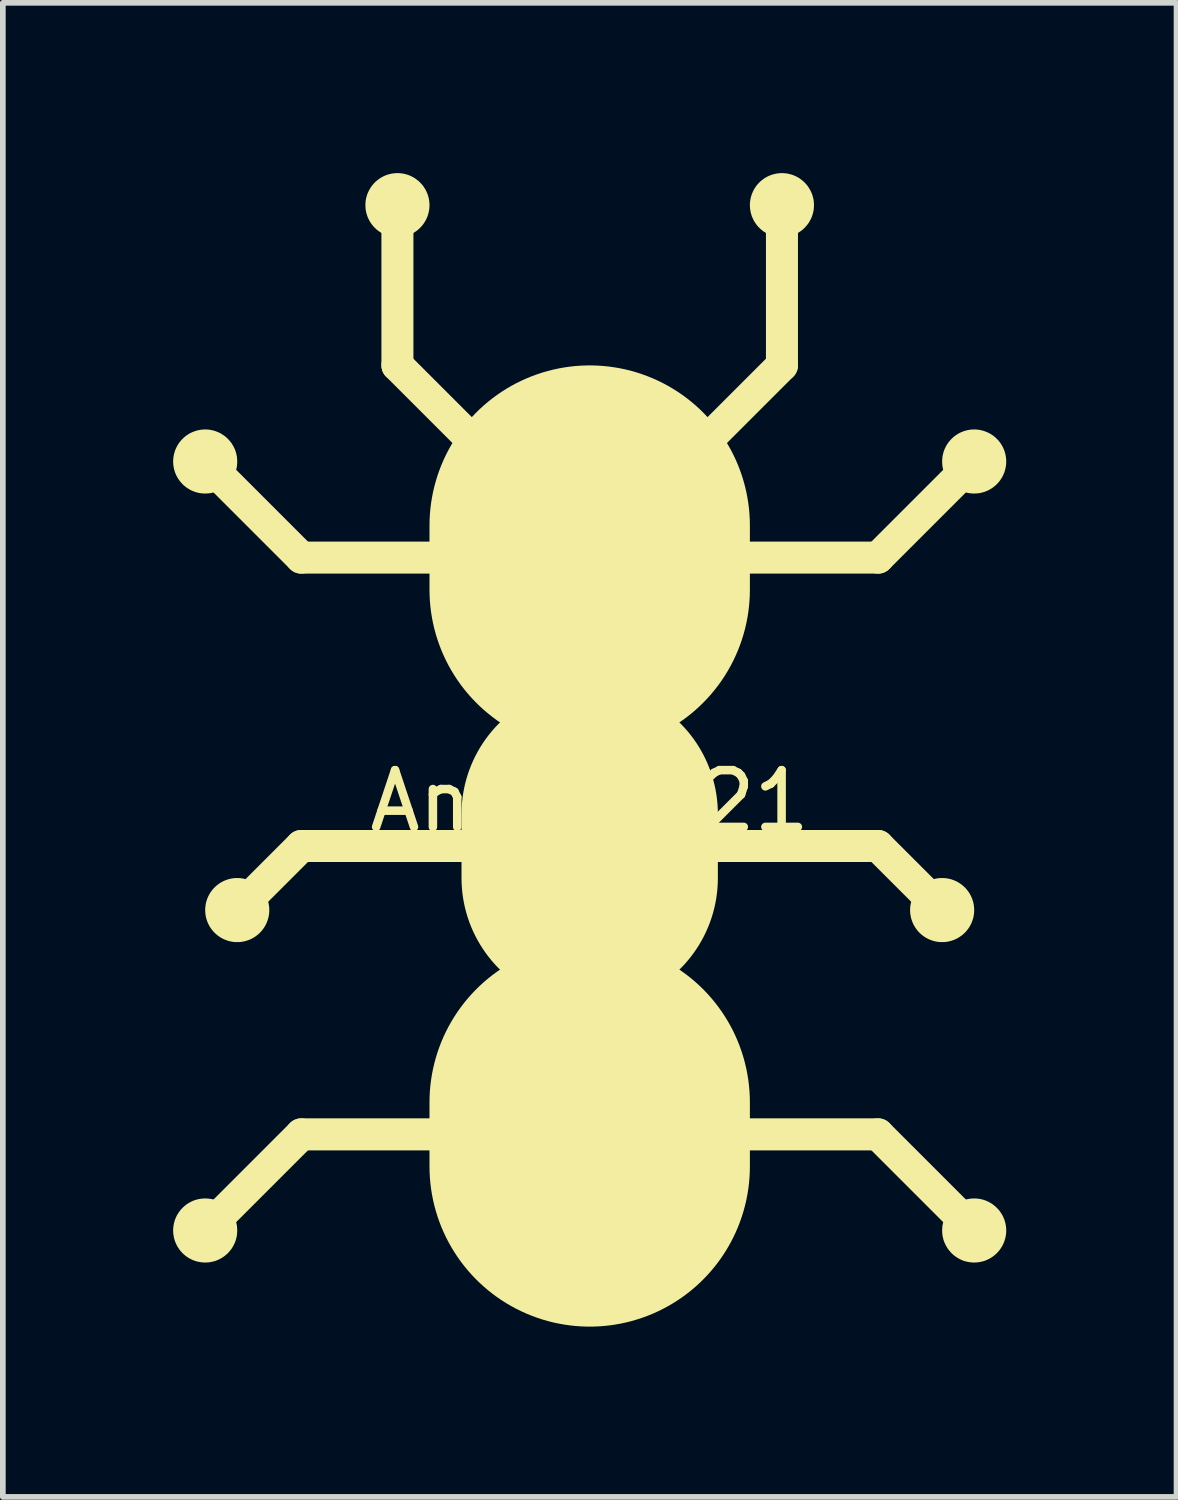
<source format=kicad_pcb>
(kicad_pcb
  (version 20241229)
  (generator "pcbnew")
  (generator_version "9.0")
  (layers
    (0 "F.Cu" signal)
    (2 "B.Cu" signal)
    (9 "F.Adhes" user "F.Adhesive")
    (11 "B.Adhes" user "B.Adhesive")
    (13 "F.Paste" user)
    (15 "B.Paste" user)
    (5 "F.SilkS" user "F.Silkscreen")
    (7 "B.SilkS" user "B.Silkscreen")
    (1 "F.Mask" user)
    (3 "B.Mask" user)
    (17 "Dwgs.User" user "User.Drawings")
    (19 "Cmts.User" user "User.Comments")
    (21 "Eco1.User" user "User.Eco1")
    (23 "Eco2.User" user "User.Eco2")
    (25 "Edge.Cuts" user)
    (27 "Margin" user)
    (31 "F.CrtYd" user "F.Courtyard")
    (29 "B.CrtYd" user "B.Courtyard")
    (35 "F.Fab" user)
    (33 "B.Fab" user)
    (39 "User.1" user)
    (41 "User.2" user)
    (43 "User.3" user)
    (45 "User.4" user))
  (footprint "Ant_15x21"
    (layer "F.Cu")
    (at 7.338 11.562)
    (property "Reference" "Ant_15x21" (at 0 -0.5 0) (unlocked yes) (layer "F.SilkS") (effects (font (size 1 1) (thickness 0.15))))
    (fp_line (start -6.773 -6.482) (end -5.08 -4.789) (stroke (width 0.564) (type solid)) (layer "F.SilkS"))
    (fp_line (start -6.773 7.064) (end -5.08 5.371) (stroke (width 0.564) (type solid)) (layer "F.SilkS"))
    (fp_line (start -6.209 1.42) (end -5.08 0.291) (stroke (width 0.564) (type solid)) (layer "F.SilkS"))
    (fp_line (start -5.08 -4.789) (end 0 -4.789) (stroke (width 0.564) (type solid)) (layer "F.SilkS"))
    (fp_line (start -5.08 0.291) (end 0 0.291) (stroke (width 0.564) (type solid)) (layer "F.SilkS"))
    (fp_line (start -5.08 5.371) (end 5.08 5.371) (stroke (width 0.564) (type solid)) (layer "F.SilkS"))
    (fp_line (start -3.387 -10.998) (end -3.387 -8.176) (stroke (width 0.564) (type solid)) (layer "F.SilkS"))
    (fp_line (start -3.387 -8.176) (end -1.411 -6.2) (stroke (width 0.564) (type solid)) (layer "F.SilkS"))
    (fp_line (start -1.411 -6.2) (end -1.129 -5.918) (stroke (width 0.564) (type solid)) (layer "F.SilkS"))
    (fp_line (start -1.129 -5.918) (end 0 -4.789) (stroke (width 0.564) (type solid)) (layer "F.SilkS"))
    (fp_line (start 0 -4.224) (end 0 -5.353) (stroke (width 5.644) (type solid)) (layer "F.SilkS"))
    (fp_line (start 0 0.856) (end 0 -0.273) (stroke (width 4.516) (type solid)) (layer "F.SilkS"))
    (fp_line (start 0 5.936) (end 0 4.807) (stroke (width 5.644) (type solid)) (layer "F.SilkS"))
    (fp_line (start 1.129 -5.918) (end 0 -4.789) (stroke (width 0.564) (type solid)) (layer "F.SilkS"))
    (fp_line (start 1.411 -6.2) (end 1.129 -5.918) (stroke (width 0.564) (type solid)) (layer "F.SilkS"))
    (fp_line (start 3.387 -10.998) (end 3.387 -8.176) (stroke (width 0.564) (type solid)) (layer "F.SilkS"))
    (fp_line (start 3.387 -8.176) (end 1.411 -6.2) (stroke (width 0.564) (type solid)) (layer "F.SilkS"))
    (fp_line (start 5.08 -4.789) (end 0 -4.789) (stroke (width 0.564) (type solid)) (layer "F.SilkS"))
    (fp_line (start 5.08 0.291) (end 0 0.291) (stroke (width 0.564) (type solid)) (layer "F.SilkS"))
    (fp_line (start 5.08 5.371) (end 6.773 7.064) (stroke (width 0.564) (type solid)) (layer "F.SilkS"))
    (fp_line (start 6.209 1.42) (end 5.08 0.291) (stroke (width 0.564) (type solid)) (layer "F.SilkS"))
    (fp_line (start 6.773 -6.482) (end 5.08 -4.789) (stroke (width 0.564) (type solid)) (layer "F.SilkS"))
    (fp_poly (pts (xy -6.773 -7.047) (xy -6.744 -7.046) (xy -6.716 -7.044) (xy -6.687 -7.04) (xy -6.66 -7.035) (xy -6.632 -7.029) (xy -6.605 -7.021) (xy -6.579 -7.012) (xy -6.554 -7.002) (xy -6.529 -6.991) (xy -6.504 -6.979) (xy -6.481 -6.965) (xy -6.458 -6.95) (xy -6.436 -6.935) (xy -6.414 -6.918) (xy -6.394 -6.9) (xy -6.374 -6.881) (xy -6.356 -6.862) (xy -6.338 -6.841) (xy -6.321 -6.82) (xy -6.305 -6.798) (xy -6.291 -6.775) (xy -6.277 -6.751) (xy -6.265 -6.727) (xy -6.253 -6.702) (xy -6.243 -6.676) (xy -6.234 -6.65) (xy -6.227 -6.623) (xy -6.22 -6.596) (xy -6.215 -6.568) (xy -6.212 -6.54) (xy -6.21 -6.511) (xy -6.209 -6.482) (xy -6.21 -6.453) (xy -6.212 -6.425) (xy -6.215 -6.396) (xy -6.22 -6.368) (xy -6.227 -6.341) (xy -6.234 -6.314) (xy -6.243 -6.288) (xy -6.253 -6.263) (xy -6.265 -6.238) (xy -6.277 -6.213) (xy -6.291 -6.19) (xy -6.305 -6.167) (xy -6.321 -6.145) (xy -6.338 -6.123) (xy -6.356 -6.103) (xy -6.374 -6.083) (xy -6.394 -6.064) (xy -6.414 -6.047) (xy -6.436 -6.03) (xy -6.458 -6.014) (xy -6.481 -6) (xy -6.504 -5.986) (xy -6.529 -5.973) (xy -6.554 -5.962) (xy -6.579 -5.952) (xy -6.605 -5.943) (xy -6.632 -5.936) (xy -6.66 -5.929) (xy -6.687 -5.924) (xy -6.716 -5.921) (xy -6.744 -5.919) (xy -6.773 -5.918) (xy -6.802 -5.919) (xy -6.831 -5.921) (xy -6.859 -5.924) (xy -6.887 -5.929) (xy -6.914 -5.936) (xy -6.941 -5.943) (xy -6.967 -5.952) (xy -6.993 -5.962) (xy -7.018 -5.973) (xy -7.042 -5.986) (xy -7.066 -6) (xy -7.089 -6.014) (xy -7.111 -6.03) (xy -7.132 -6.047) (xy -7.153 -6.064) (xy -7.172 -6.083) (xy -7.191 -6.103) (xy -7.209 -6.123) (xy -7.226 -6.145) (xy -7.241 -6.167) (xy -7.256 -6.19) (xy -7.27 -6.213) (xy -7.282 -6.238) (xy -7.293 -6.263) (xy -7.304 -6.288) (xy -7.312 -6.314) (xy -7.32 -6.341) (xy -7.326 -6.368) (xy -7.331 -6.396) (xy -7.335 -6.425) (xy -7.337 -6.453) (xy -7.338 -6.482) (xy -7.337 -6.511) (xy -7.335 -6.54) (xy -7.331 -6.568) (xy -7.326 -6.596) (xy -7.32 -6.623) (xy -7.312 -6.65) (xy -7.304 -6.676) (xy -7.293 -6.702) (xy -7.282 -6.727) (xy -7.27 -6.751) (xy -7.256 -6.775) (xy -7.241 -6.798) (xy -7.226 -6.82) (xy -7.209 -6.841) (xy -7.191 -6.862) (xy -7.172 -6.881) (xy -7.153 -6.9) (xy -7.132 -6.918) (xy -7.111 -6.935) (xy -7.089 -6.95) (xy -7.066 -6.965) (xy -7.042 -6.979) (xy -7.018 -6.991) (xy -6.993 -7.002) (xy -6.967 -7.012) (xy -6.941 -7.021) (xy -6.914 -7.029) (xy -6.887 -7.035) (xy -6.859 -7.04) (xy -6.831 -7.044) (xy -6.802 -7.046) (xy -6.773 -7.047)) (stroke (width 0.000001) (type solid)) (fill yes) (layer "F.SilkS"))
    (fp_poly (pts (xy -6.773 -6.708) (xy -6.762 -6.708) (xy -6.75 -6.707) (xy -6.739 -6.705) (xy -6.728 -6.703) (xy -6.717 -6.701) (xy -6.706 -6.698) (xy -6.696 -6.694) (xy -6.685 -6.69) (xy -6.675 -6.686) (xy -6.666 -6.681) (xy -6.656 -6.675) (xy -6.647 -6.669) (xy -6.638 -6.663) (xy -6.63 -6.656) (xy -6.622 -6.649) (xy -6.614 -6.642) (xy -6.606 -6.634) (xy -6.599 -6.626) (xy -6.592 -6.617) (xy -6.586 -6.608) (xy -6.58 -6.599) (xy -6.575 -6.59) (xy -6.57 -6.58) (xy -6.565 -6.57) (xy -6.561 -6.56) (xy -6.558 -6.549) (xy -6.555 -6.539) (xy -6.552 -6.528) (xy -6.55 -6.517) (xy -6.549 -6.505) (xy -6.548 -6.494) (xy -6.548 -6.482) (xy -6.548 -6.471) (xy -6.549 -6.459) (xy -6.55 -6.448) (xy -6.552 -6.437) (xy -6.555 -6.426) (xy -6.558 -6.415) (xy -6.561 -6.405) (xy -6.565 -6.394) (xy -6.57 -6.384) (xy -6.575 -6.375) (xy -6.58 -6.365) (xy -6.586 -6.356) (xy -6.592 -6.347) (xy -6.599 -6.339) (xy -6.606 -6.33) (xy -6.614 -6.323) (xy -6.622 -6.315) (xy -6.63 -6.308) (xy -6.638 -6.301) (xy -6.647 -6.295) (xy -6.656 -6.289) (xy -6.666 -6.284) (xy -6.675 -6.279) (xy -6.685 -6.274) (xy -6.696 -6.27) (xy -6.706 -6.267) (xy -6.717 -6.264) (xy -6.728 -6.261) (xy -6.739 -6.259) (xy -6.75 -6.258) (xy -6.762 -6.257) (xy -6.773 -6.256) (xy -6.785 -6.257) (xy -6.796 -6.258) (xy -6.808 -6.259) (xy -6.819 -6.261) (xy -6.83 -6.264) (xy -6.84 -6.267) (xy -6.851 -6.27) (xy -6.861 -6.274) (xy -6.871 -6.279) (xy -6.881 -6.284) (xy -6.89 -6.289) (xy -6.9 -6.295) (xy -6.908 -6.301) (xy -6.917 -6.308) (xy -6.925 -6.315) (xy -6.933 -6.323) (xy -6.94 -6.33) (xy -6.948 -6.339) (xy -6.954 -6.347) (xy -6.961 -6.356) (xy -6.966 -6.365) (xy -6.972 -6.375) (xy -6.977 -6.384) (xy -6.981 -6.394) (xy -6.985 -6.405) (xy -6.989 -6.415) (xy -6.992 -6.426) (xy -6.995 -6.437) (xy -6.997 -6.448) (xy -6.998 -6.459) (xy -6.999 -6.471) (xy -6.999 -6.482) (xy -6.999 -6.494) (xy -6.998 -6.505) (xy -6.997 -6.517) (xy -6.995 -6.528) (xy -6.992 -6.539) (xy -6.989 -6.549) (xy -6.985 -6.56) (xy -6.981 -6.57) (xy -6.977 -6.58) (xy -6.972 -6.59) (xy -6.966 -6.599) (xy -6.961 -6.608) (xy -6.954 -6.617) (xy -6.948 -6.626) (xy -6.94 -6.634) (xy -6.933 -6.642) (xy -6.925 -6.649) (xy -6.917 -6.656) (xy -6.908 -6.663) (xy -6.9 -6.669) (xy -6.89 -6.675) (xy -6.881 -6.681) (xy -6.871 -6.686) (xy -6.861 -6.69) (xy -6.851 -6.694) (xy -6.84 -6.698) (xy -6.83 -6.701) (xy -6.819 -6.703) (xy -6.808 -6.705) (xy -6.796 -6.707) (xy -6.785 -6.708) (xy -6.773 -6.708)) (stroke (width 0.000001) (type solid)) (fill yes) (layer "F.SilkS"))
    (fp_poly (pts (xy -6.773 6.5) (xy -6.744 6.501) (xy -6.716 6.503) (xy -6.687 6.507) (xy -6.66 6.511) (xy -6.632 6.518) (xy -6.605 6.525) (xy -6.579 6.534) (xy -6.554 6.544) (xy -6.529 6.556) (xy -6.504 6.568) (xy -6.481 6.582) (xy -6.458 6.596) (xy -6.436 6.612) (xy -6.414 6.629) (xy -6.394 6.647) (xy -6.374 6.665) (xy -6.356 6.685) (xy -6.338 6.705) (xy -6.321 6.727) (xy -6.305 6.749) (xy -6.291 6.772) (xy -6.277 6.795) (xy -6.265 6.82) (xy -6.253 6.845) (xy -6.243 6.87) (xy -6.234 6.897) (xy -6.227 6.923) (xy -6.22 6.951) (xy -6.215 6.978) (xy -6.212 7.007) (xy -6.21 7.035) (xy -6.209 7.064) (xy -6.21 7.093) (xy -6.212 7.122) (xy -6.215 7.15) (xy -6.22 7.178) (xy -6.227 7.206) (xy -6.234 7.232) (xy -6.243 7.259) (xy -6.253 7.284) (xy -6.265 7.309) (xy -6.277 7.333) (xy -6.291 7.357) (xy -6.305 7.38) (xy -6.321 7.402) (xy -6.338 7.423) (xy -6.356 7.444) (xy -6.374 7.464) (xy -6.394 7.482) (xy -6.414 7.5) (xy -6.436 7.517) (xy -6.458 7.532) (xy -6.481 7.547) (xy -6.504 7.561) (xy -6.529 7.573) (xy -6.554 7.585) (xy -6.579 7.595) (xy -6.605 7.604) (xy -6.632 7.611) (xy -6.66 7.617) (xy -6.687 7.622) (xy -6.716 7.626) (xy -6.744 7.628) (xy -6.773 7.629) (xy -6.802 7.628) (xy -6.831 7.626) (xy -6.859 7.622) (xy -6.887 7.617) (xy -6.914 7.611) (xy -6.941 7.604) (xy -6.967 7.595) (xy -6.993 7.585) (xy -7.018 7.573) (xy -7.042 7.561) (xy -7.066 7.547) (xy -7.089 7.532) (xy -7.111 7.517) (xy -7.132 7.5) (xy -7.153 7.482) (xy -7.172 7.464) (xy -7.191 7.444) (xy -7.209 7.423) (xy -7.226 7.402) (xy -7.241 7.38) (xy -7.256 7.357) (xy -7.27 7.333) (xy -7.282 7.309) (xy -7.293 7.284) (xy -7.304 7.259) (xy -7.312 7.232) (xy -7.32 7.206) (xy -7.326 7.178) (xy -7.331 7.15) (xy -7.335 7.122) (xy -7.337 7.093) (xy -7.338 7.064) (xy -7.337 7.035) (xy -7.335 7.007) (xy -7.331 6.978) (xy -7.326 6.951) (xy -7.32 6.923) (xy -7.312 6.897) (xy -7.304 6.87) (xy -7.293 6.845) (xy -7.282 6.82) (xy -7.27 6.795) (xy -7.256 6.772) (xy -7.241 6.749) (xy -7.226 6.727) (xy -7.209 6.705) (xy -7.191 6.685) (xy -7.172 6.665) (xy -7.153 6.647) (xy -7.132 6.629) (xy -7.111 6.612) (xy -7.089 6.596) (xy -7.066 6.582) (xy -7.042 6.568) (xy -7.018 6.556) (xy -6.993 6.544) (xy -6.967 6.534) (xy -6.941 6.525) (xy -6.914 6.518) (xy -6.887 6.511) (xy -6.859 6.507) (xy -6.831 6.503) (xy -6.802 6.501) (xy -6.773 6.5)) (stroke (width 0.000001) (type solid)) (fill yes) (layer "F.SilkS"))
    (fp_poly (pts (xy -6.773 6.839) (xy -6.762 6.839) (xy -6.75 6.84) (xy -6.739 6.841) (xy -6.728 6.843) (xy -6.717 6.846) (xy -6.706 6.849) (xy -6.696 6.852) (xy -6.685 6.856) (xy -6.675 6.861) (xy -6.666 6.866) (xy -6.656 6.871) (xy -6.647 6.877) (xy -6.638 6.884) (xy -6.63 6.89) (xy -6.622 6.897) (xy -6.614 6.905) (xy -6.606 6.913) (xy -6.599 6.921) (xy -6.592 6.929) (xy -6.586 6.938) (xy -6.58 6.947) (xy -6.575 6.957) (xy -6.57 6.967) (xy -6.565 6.977) (xy -6.561 6.987) (xy -6.558 6.997) (xy -6.555 7.008) (xy -6.552 7.019) (xy -6.55 7.03) (xy -6.549 7.041) (xy -6.548 7.053) (xy -6.548 7.064) (xy -6.548 7.076) (xy -6.549 7.088) (xy -6.55 7.099) (xy -6.552 7.11) (xy -6.555 7.121) (xy -6.558 7.132) (xy -6.561 7.142) (xy -6.565 7.152) (xy -6.57 7.162) (xy -6.575 7.172) (xy -6.58 7.182) (xy -6.586 7.191) (xy -6.592 7.2) (xy -6.599 7.208) (xy -6.606 7.216) (xy -6.614 7.224) (xy -6.622 7.232) (xy -6.63 7.239) (xy -6.638 7.245) (xy -6.647 7.252) (xy -6.656 7.258) (xy -6.666 7.263) (xy -6.675 7.268) (xy -6.685 7.272) (xy -6.696 7.277) (xy -6.706 7.28) (xy -6.717 7.283) (xy -6.728 7.286) (xy -6.739 7.288) (xy -6.75 7.289) (xy -6.762 7.29) (xy -6.773 7.29) (xy -6.785 7.29) (xy -6.796 7.289) (xy -6.808 7.288) (xy -6.819 7.286) (xy -6.83 7.283) (xy -6.84 7.28) (xy -6.851 7.277) (xy -6.861 7.272) (xy -6.871 7.268) (xy -6.881 7.263) (xy -6.89 7.258) (xy -6.9 7.252) (xy -6.908 7.245) (xy -6.917 7.239) (xy -6.925 7.232) (xy -6.933 7.224) (xy -6.94 7.216) (xy -6.948 7.208) (xy -6.954 7.2) (xy -6.961 7.191) (xy -6.966 7.182) (xy -6.972 7.172) (xy -6.977 7.162) (xy -6.981 7.152) (xy -6.985 7.142) (xy -6.989 7.132) (xy -6.992 7.121) (xy -6.995 7.11) (xy -6.997 7.099) (xy -6.998 7.088) (xy -6.999 7.076) (xy -6.999 7.064) (xy -6.999 7.053) (xy -6.998 7.041) (xy -6.997 7.03) (xy -6.995 7.019) (xy -6.992 7.008) (xy -6.989 6.997) (xy -6.985 6.987) (xy -6.981 6.977) (xy -6.977 6.967) (xy -6.972 6.957) (xy -6.966 6.947) (xy -6.961 6.938) (xy -6.954 6.929) (xy -6.948 6.921) (xy -6.94 6.913) (xy -6.933 6.905) (xy -6.925 6.897) (xy -6.917 6.89) (xy -6.908 6.884) (xy -6.9 6.877) (xy -6.89 6.871) (xy -6.881 6.866) (xy -6.871 6.861) (xy -6.861 6.856) (xy -6.851 6.852) (xy -6.84 6.849) (xy -6.83 6.846) (xy -6.819 6.843) (xy -6.808 6.841) (xy -6.796 6.84) (xy -6.785 6.839) (xy -6.773 6.839)) (stroke (width 0.000001) (type solid)) (fill yes) (layer "F.SilkS"))
    (fp_poly (pts (xy -6.209 0.856) (xy -6.18 0.856) (xy -6.151 0.858) (xy -6.123 0.862) (xy -6.095 0.867) (xy -6.068 0.873) (xy -6.041 0.881) (xy -6.015 0.89) (xy -5.989 0.9) (xy -5.964 0.911) (xy -5.94 0.924) (xy -5.916 0.937) (xy -5.893 0.952) (xy -5.871 0.968) (xy -5.85 0.984) (xy -5.829 1.002) (xy -5.81 1.021) (xy -5.791 1.04) (xy -5.773 1.061) (xy -5.757 1.082) (xy -5.741 1.104) (xy -5.726 1.127) (xy -5.713 1.151) (xy -5.7 1.175) (xy -5.689 1.2) (xy -5.679 1.226) (xy -5.67 1.252) (xy -5.662 1.279) (xy -5.656 1.306) (xy -5.651 1.334) (xy -5.647 1.362) (xy -5.645 1.391) (xy -5.644 1.42) (xy -5.645 1.449) (xy -5.647 1.478) (xy -5.651 1.506) (xy -5.656 1.534) (xy -5.662 1.561) (xy -5.67 1.588) (xy -5.679 1.614) (xy -5.689 1.64) (xy -5.7 1.665) (xy -5.713 1.689) (xy -5.726 1.713) (xy -5.741 1.736) (xy -5.757 1.758) (xy -5.773 1.779) (xy -5.791 1.8) (xy -5.81 1.819) (xy -5.829 1.838) (xy -5.85 1.856) (xy -5.871 1.872) (xy -5.893 1.888) (xy -5.916 1.903) (xy -5.94 1.916) (xy -5.964 1.929) (xy -5.989 1.94) (xy -6.015 1.95) (xy -6.041 1.959) (xy -6.068 1.967) (xy -6.095 1.973) (xy -6.123 1.978) (xy -6.151 1.982) (xy -6.18 1.984) (xy -6.209 1.984) (xy -6.238 1.984) (xy -6.267 1.982) (xy -6.295 1.978) (xy -6.323 1.973) (xy -6.35 1.967) (xy -6.377 1.959) (xy -6.403 1.95) (xy -6.429 1.94) (xy -6.454 1.929) (xy -6.478 1.916) (xy -6.502 1.903) (xy -6.524 1.888) (xy -6.547 1.872) (xy -6.568 1.856) (xy -6.588 1.838) (xy -6.608 1.819) (xy -6.627 1.8) (xy -6.644 1.779) (xy -6.661 1.758) (xy -6.677 1.736) (xy -6.692 1.713) (xy -6.705 1.689) (xy -6.718 1.665) (xy -6.729 1.64) (xy -6.739 1.614) (xy -6.748 1.588) (xy -6.756 1.561) (xy -6.762 1.534) (xy -6.767 1.506) (xy -6.77 1.478) (xy -6.773 1.449) (xy -6.773 1.42) (xy -6.773 1.391) (xy -6.77 1.362) (xy -6.767 1.334) (xy -6.762 1.306) (xy -6.756 1.279) (xy -6.748 1.252) (xy -6.739 1.226) (xy -6.729 1.2) (xy -6.718 1.175) (xy -6.705 1.151) (xy -6.692 1.127) (xy -6.677 1.104) (xy -6.661 1.082) (xy -6.644 1.061) (xy -6.627 1.04) (xy -6.608 1.021) (xy -6.588 1.002) (xy -6.568 0.984) (xy -6.547 0.968) (xy -6.524 0.952) (xy -6.502 0.937) (xy -6.478 0.924) (xy -6.454 0.911) (xy -6.429 0.9) (xy -6.403 0.89) (xy -6.377 0.881) (xy -6.35 0.873) (xy -6.323 0.867) (xy -6.295 0.862) (xy -6.267 0.858) (xy -6.238 0.856) (xy -6.209 0.856)) (stroke (width 0.000001) (type solid)) (fill yes) (layer "F.SilkS"))
    (fp_poly (pts (xy -6.209 1.194) (xy -6.197 1.195) (xy -6.186 1.195) (xy -6.175 1.197) (xy -6.163 1.199) (xy -6.152 1.201) (xy -6.142 1.204) (xy -6.131 1.208) (xy -6.121 1.212) (xy -6.111 1.216) (xy -6.101 1.221) (xy -6.092 1.227) (xy -6.083 1.233) (xy -6.074 1.239) (xy -6.065 1.246) (xy -6.057 1.253) (xy -6.049 1.26) (xy -6.042 1.268) (xy -6.035 1.276) (xy -6.028 1.285) (xy -6.022 1.294) (xy -6.016 1.303) (xy -6.01 1.312) (xy -6.005 1.322) (xy -6.001 1.332) (xy -5.997 1.342) (xy -5.993 1.353) (xy -5.99 1.364) (xy -5.988 1.374) (xy -5.986 1.386) (xy -5.984 1.397) (xy -5.983 1.408) (xy -5.983 1.42) (xy -5.983 1.432) (xy -5.984 1.443) (xy -5.986 1.454) (xy -5.988 1.466) (xy -5.99 1.476) (xy -5.993 1.487) (xy -5.997 1.498) (xy -6.001 1.508) (xy -6.005 1.518) (xy -6.01 1.528) (xy -6.016 1.537) (xy -6.022 1.546) (xy -6.028 1.555) (xy -6.035 1.564) (xy -6.042 1.572) (xy -6.049 1.58) (xy -6.057 1.587) (xy -6.065 1.594) (xy -6.074 1.601) (xy -6.083 1.607) (xy -6.092 1.613) (xy -6.101 1.619) (xy -6.111 1.624) (xy -6.121 1.628) (xy -6.131 1.632) (xy -6.142 1.636) (xy -6.152 1.639) (xy -6.163 1.641) (xy -6.175 1.643) (xy -6.186 1.645) (xy -6.197 1.645) (xy -6.209 1.646) (xy -6.221 1.645) (xy -6.232 1.645) (xy -6.243 1.643) (xy -6.254 1.641) (xy -6.265 1.639) (xy -6.276 1.636) (xy -6.287 1.632) (xy -6.297 1.628) (xy -6.307 1.624) (xy -6.317 1.619) (xy -6.326 1.613) (xy -6.335 1.607) (xy -6.344 1.601) (xy -6.353 1.594) (xy -6.361 1.587) (xy -6.369 1.58) (xy -6.376 1.572) (xy -6.383 1.564) (xy -6.39 1.555) (xy -6.396 1.546) (xy -6.402 1.537) (xy -6.407 1.528) (xy -6.412 1.518) (xy -6.417 1.508) (xy -6.421 1.498) (xy -6.425 1.487) (xy -6.428 1.476) (xy -6.43 1.466) (xy -6.432 1.454) (xy -6.434 1.443) (xy -6.434 1.432) (xy -6.435 1.42) (xy -6.434 1.408) (xy -6.434 1.397) (xy -6.432 1.386) (xy -6.43 1.374) (xy -6.428 1.364) (xy -6.425 1.353) (xy -6.421 1.342) (xy -6.417 1.332) (xy -6.412 1.322) (xy -6.407 1.312) (xy -6.402 1.303) (xy -6.396 1.294) (xy -6.39 1.285) (xy -6.383 1.276) (xy -6.376 1.268) (xy -6.369 1.26) (xy -6.361 1.253) (xy -6.353 1.246) (xy -6.344 1.239) (xy -6.335 1.233) (xy -6.326 1.227) (xy -6.317 1.221) (xy -6.307 1.216) (xy -6.297 1.212) (xy -6.287 1.208) (xy -6.276 1.204) (xy -6.265 1.201) (xy -6.254 1.199) (xy -6.243 1.197) (xy -6.232 1.195) (xy -6.221 1.195) (xy -6.209 1.194)) (stroke (width 0.000001) (type solid)) (fill yes) (layer "F.SilkS"))
    (fp_poly (pts (xy -3.387 -11.562) (xy -3.358 -11.562) (xy -3.329 -11.559) (xy -3.301 -11.556) (xy -3.273 -11.551) (xy -3.246 -11.544) (xy -3.219 -11.537) (xy -3.193 -11.528) (xy -3.167 -11.518) (xy -3.142 -11.507) (xy -3.118 -11.494) (xy -3.094 -11.481) (xy -3.071 -11.466) (xy -3.049 -11.45) (xy -3.028 -11.433) (xy -3.007 -11.416) (xy -2.988 -11.397) (xy -2.969 -11.377) (xy -2.951 -11.357) (xy -2.934 -11.336) (xy -2.919 -11.313) (xy -2.904 -11.29) (xy -2.89 -11.267) (xy -2.878 -11.243) (xy -2.867 -11.217) (xy -2.856 -11.192) (xy -2.848 -11.166) (xy -2.84 -11.139) (xy -2.834 -11.112) (xy -2.829 -11.084) (xy -2.825 -11.056) (xy -2.823 -11.027) (xy -2.822 -10.998) (xy -2.823 -10.969) (xy -2.825 -10.94) (xy -2.829 -10.912) (xy -2.834 -10.884) (xy -2.84 -10.857) (xy -2.848 -10.83) (xy -2.856 -10.804) (xy -2.867 -10.778) (xy -2.878 -10.753) (xy -2.89 -10.729) (xy -2.904 -10.705) (xy -2.919 -10.682) (xy -2.934 -10.66) (xy -2.951 -10.639) (xy -2.969 -10.618) (xy -2.988 -10.599) (xy -3.007 -10.58) (xy -3.028 -10.562) (xy -3.049 -10.545) (xy -3.071 -10.53) (xy -3.094 -10.515) (xy -3.118 -10.501) (xy -3.142 -10.489) (xy -3.167 -10.478) (xy -3.193 -10.468) (xy -3.219 -10.459) (xy -3.246 -10.451) (xy -3.273 -10.445) (xy -3.301 -10.44) (xy -3.329 -10.436) (xy -3.358 -10.434) (xy -3.387 -10.433) (xy -3.416 -10.434) (xy -3.444 -10.436) (xy -3.473 -10.44) (xy -3.5 -10.445) (xy -3.528 -10.451) (xy -3.555 -10.459) (xy -3.581 -10.468) (xy -3.606 -10.478) (xy -3.631 -10.489) (xy -3.656 -10.501) (xy -3.679 -10.515) (xy -3.702 -10.53) (xy -3.724 -10.545) (xy -3.746 -10.562) (xy -3.766 -10.58) (xy -3.786 -10.599) (xy -3.804 -10.618) (xy -3.822 -10.639) (xy -3.839 -10.66) (xy -3.855 -10.682) (xy -3.869 -10.705) (xy -3.883 -10.729) (xy -3.895 -10.753) (xy -3.907 -10.778) (xy -3.917 -10.804) (xy -3.926 -10.83) (xy -3.933 -10.857) (xy -3.94 -10.884) (xy -3.945 -10.912) (xy -3.948 -10.94) (xy -3.95 -10.969) (xy -3.951 -10.998) (xy -3.95 -11.027) (xy -3.948 -11.056) (xy -3.945 -11.084) (xy -3.94 -11.112) (xy -3.933 -11.139) (xy -3.926 -11.166) (xy -3.917 -11.192) (xy -3.907 -11.217) (xy -3.895 -11.243) (xy -3.883 -11.267) (xy -3.869 -11.29) (xy -3.855 -11.313) (xy -3.839 -11.336) (xy -3.822 -11.357) (xy -3.804 -11.377) (xy -3.786 -11.397) (xy -3.766 -11.416) (xy -3.746 -11.433) (xy -3.724 -11.45) (xy -3.702 -11.466) (xy -3.679 -11.481) (xy -3.656 -11.494) (xy -3.631 -11.507) (xy -3.606 -11.518) (xy -3.581 -11.528) (xy -3.555 -11.537) (xy -3.528 -11.544) (xy -3.5 -11.551) (xy -3.473 -11.556) (xy -3.444 -11.559) (xy -3.416 -11.562) (xy -3.387 -11.562)) (stroke (width 0.000001) (type solid)) (fill yes) (layer "F.SilkS"))
    (fp_poly (pts (xy -3.387 -11.224) (xy -3.375 -11.223) (xy -3.364 -11.222) (xy -3.352 -11.221) (xy -3.341 -11.219) (xy -3.33 -11.216) (xy -3.32 -11.213) (xy -3.309 -11.21) (xy -3.299 -11.206) (xy -3.289 -11.201) (xy -3.279 -11.196) (xy -3.27 -11.191) (xy -3.26 -11.185) (xy -3.252 -11.179) (xy -3.243 -11.172) (xy -3.235 -11.165) (xy -3.227 -11.157) (xy -3.22 -11.15) (xy -3.212 -11.141) (xy -3.206 -11.133) (xy -3.199 -11.124) (xy -3.194 -11.115) (xy -3.188 -11.105) (xy -3.183 -11.096) (xy -3.179 -11.086) (xy -3.175 -11.075) (xy -3.171 -11.065) (xy -3.168 -11.054) (xy -3.165 -11.043) (xy -3.163 -11.032) (xy -3.162 -11.021) (xy -3.161 -11.009) (xy -3.161 -10.998) (xy -3.161 -10.986) (xy -3.162 -10.975) (xy -3.163 -10.963) (xy -3.165 -10.952) (xy -3.168 -10.941) (xy -3.171 -10.931) (xy -3.175 -10.92) (xy -3.179 -10.91) (xy -3.183 -10.9) (xy -3.188 -10.89) (xy -3.194 -10.881) (xy -3.199 -10.872) (xy -3.206 -10.863) (xy -3.212 -10.854) (xy -3.22 -10.846) (xy -3.227 -10.838) (xy -3.235 -10.831) (xy -3.243 -10.824) (xy -3.252 -10.817) (xy -3.26 -10.811) (xy -3.27 -10.805) (xy -3.279 -10.799) (xy -3.289 -10.794) (xy -3.299 -10.79) (xy -3.309 -10.786) (xy -3.32 -10.782) (xy -3.33 -10.779) (xy -3.341 -10.777) (xy -3.352 -10.775) (xy -3.364 -10.773) (xy -3.375 -10.772) (xy -3.387 -10.772) (xy -3.398 -10.772) (xy -3.41 -10.773) (xy -3.421 -10.775) (xy -3.432 -10.777) (xy -3.443 -10.779) (xy -3.454 -10.782) (xy -3.464 -10.786) (xy -3.475 -10.79) (xy -3.485 -10.794) (xy -3.494 -10.799) (xy -3.504 -10.805) (xy -3.513 -10.811) (xy -3.522 -10.817) (xy -3.53 -10.824) (xy -3.538 -10.831) (xy -3.546 -10.838) (xy -3.554 -10.846) (xy -3.561 -10.854) (xy -3.568 -10.863) (xy -3.574 -10.872) (xy -3.58 -10.881) (xy -3.585 -10.89) (xy -3.59 -10.9) (xy -3.595 -10.91) (xy -3.599 -10.92) (xy -3.602 -10.931) (xy -3.605 -10.941) (xy -3.608 -10.952) (xy -3.61 -10.963) (xy -3.611 -10.975) (xy -3.612 -10.986) (xy -3.612 -10.998) (xy -3.612 -11.009) (xy -3.611 -11.021) (xy -3.61 -11.032) (xy -3.608 -11.043) (xy -3.605 -11.054) (xy -3.602 -11.065) (xy -3.599 -11.075) (xy -3.595 -11.086) (xy -3.59 -11.096) (xy -3.585 -11.105) (xy -3.58 -11.115) (xy -3.574 -11.124) (xy -3.568 -11.133) (xy -3.561 -11.141) (xy -3.554 -11.15) (xy -3.546 -11.157) (xy -3.538 -11.165) (xy -3.53 -11.172) (xy -3.522 -11.179) (xy -3.513 -11.185) (xy -3.504 -11.191) (xy -3.494 -11.196) (xy -3.485 -11.201) (xy -3.475 -11.206) (xy -3.464 -11.21) (xy -3.454 -11.213) (xy -3.443 -11.216) (xy -3.432 -11.219) (xy -3.421 -11.221) (xy -3.41 -11.222) (xy -3.398 -11.223) (xy -3.387 -11.224)) (stroke (width 0.000001) (type solid)) (fill yes) (layer "F.SilkS"))
    (fp_poly (pts (xy -1.129 -6.369) (xy -1.106 -6.369) (xy -1.083 -6.367) (xy -1.06 -6.364) (xy -1.038 -6.36) (xy -1.016 -6.355) (xy -0.995 -6.349) (xy -0.974 -6.342) (xy -0.953 -6.334) (xy -0.933 -6.325) (xy -0.914 -6.315) (xy -0.895 -6.304) (xy -0.876 -6.292) (xy -0.859 -6.28) (xy -0.842 -6.266) (xy -0.825 -6.252) (xy -0.81 -6.237) (xy -0.795 -6.221) (xy -0.78 -6.205) (xy -0.767 -6.188) (xy -0.754 -6.17) (xy -0.743 -6.152) (xy -0.732 -6.133) (xy -0.722 -6.114) (xy -0.713 -6.094) (xy -0.705 -6.073) (xy -0.698 -6.052) (xy -0.692 -6.031) (xy -0.687 -6.009) (xy -0.683 -5.987) (xy -0.68 -5.964) (xy -0.678 -5.941) (xy -0.677 -5.918) (xy -0.678 -5.895) (xy -0.68 -5.872) (xy -0.683 -5.849) (xy -0.687 -5.827) (xy -0.692 -5.805) (xy -0.698 -5.784) (xy -0.705 -5.763) (xy -0.713 -5.742) (xy -0.722 -5.722) (xy -0.732 -5.703) (xy -0.743 -5.684) (xy -0.754 -5.665) (xy -0.767 -5.648) (xy -0.78 -5.631) (xy -0.795 -5.614) (xy -0.81 -5.598) (xy -0.825 -5.584) (xy -0.842 -5.569) (xy -0.859 -5.556) (xy -0.876 -5.543) (xy -0.895 -5.532) (xy -0.914 -5.521) (xy -0.933 -5.511) (xy -0.953 -5.502) (xy -0.974 -5.494) (xy -0.995 -5.487) (xy -1.016 -5.48) (xy -1.038 -5.475) (xy -1.06 -5.471) (xy -1.083 -5.469) (xy -1.106 -5.467) (xy -1.129 -5.466) (xy -1.152 -5.467) (xy -1.175 -5.469) (xy -1.198 -5.471) (xy -1.22 -5.475) (xy -1.242 -5.48) (xy -1.263 -5.487) (xy -1.284 -5.494) (xy -1.305 -5.502) (xy -1.325 -5.511) (xy -1.344 -5.521) (xy -1.363 -5.532) (xy -1.381 -5.543) (xy -1.399 -5.556) (xy -1.416 -5.569) (xy -1.433 -5.584) (xy -1.448 -5.598) (xy -1.463 -5.614) (xy -1.477 -5.631) (xy -1.491 -5.648) (xy -1.503 -5.665) (xy -1.515 -5.684) (xy -1.526 -5.703) (xy -1.536 -5.722) (xy -1.545 -5.742) (xy -1.553 -5.763) (xy -1.56 -5.784) (xy -1.566 -5.805) (xy -1.571 -5.827) (xy -1.575 -5.849) (xy -1.578 -5.872) (xy -1.58 -5.895) (xy -1.58 -5.918) (xy -1.58 -5.941) (xy -1.578 -5.964) (xy -1.575 -5.987) (xy -1.571 -6.009) (xy -1.566 -6.031) (xy -1.56 -6.052) (xy -1.553 -6.073) (xy -1.545 -6.094) (xy -1.536 -6.114) (xy -1.526 -6.133) (xy -1.515 -6.152) (xy -1.503 -6.17) (xy -1.491 -6.188) (xy -1.477 -6.205) (xy -1.463 -6.221) (xy -1.448 -6.237) (xy -1.433 -6.252) (xy -1.416 -6.266) (xy -1.399 -6.28) (xy -1.381 -6.292) (xy -1.363 -6.304) (xy -1.344 -6.315) (xy -1.325 -6.325) (xy -1.305 -6.334) (xy -1.284 -6.342) (xy -1.263 -6.349) (xy -1.242 -6.355) (xy -1.22 -6.36) (xy -1.198 -6.364) (xy -1.175 -6.367) (xy -1.152 -6.369) (xy -1.129 -6.369)) (stroke (width 0.000001) (type solid)) (fill yes) (layer "F.SilkS"))
    (fp_poly (pts (xy -1.129 -6.256) (xy -1.111 -6.256) (xy -1.094 -6.255) (xy -1.077 -6.253) (xy -1.061 -6.25) (xy -1.044 -6.246) (xy -1.028 -6.241) (xy -1.012 -6.236) (xy -0.997 -6.23) (xy -0.982 -6.223) (xy -0.967 -6.216) (xy -0.953 -6.207) (xy -0.94 -6.199) (xy -0.926 -6.189) (xy -0.913 -6.179) (xy -0.901 -6.168) (xy -0.889 -6.157) (xy -0.878 -6.145) (xy -0.868 -6.133) (xy -0.858 -6.12) (xy -0.848 -6.107) (xy -0.839 -6.093) (xy -0.831 -6.079) (xy -0.824 -6.065) (xy -0.817 -6.05) (xy -0.811 -6.034) (xy -0.805 -6.018) (xy -0.801 -6.002) (xy -0.797 -5.986) (xy -0.794 -5.969) (xy -0.792 -5.952) (xy -0.791 -5.935) (xy -0.79 -5.918) (xy -0.791 -5.9) (xy -0.792 -5.883) (xy -0.794 -5.866) (xy -0.797 -5.85) (xy -0.801 -5.833) (xy -0.805 -5.817) (xy -0.811 -5.801) (xy -0.817 -5.786) (xy -0.824 -5.771) (xy -0.831 -5.756) (xy -0.839 -5.742) (xy -0.848 -5.728) (xy -0.858 -5.715) (xy -0.868 -5.702) (xy -0.878 -5.69) (xy -0.889 -5.678) (xy -0.901 -5.667) (xy -0.913 -5.656) (xy -0.926 -5.646) (xy -0.94 -5.637) (xy -0.953 -5.628) (xy -0.967 -5.62) (xy -0.982 -5.613) (xy -0.997 -5.606) (xy -1.012 -5.6) (xy -1.028 -5.594) (xy -1.044 -5.59) (xy -1.061 -5.586) (xy -1.077 -5.583) (xy -1.094 -5.581) (xy -1.111 -5.58) (xy -1.129 -5.579) (xy -1.146 -5.58) (xy -1.164 -5.581) (xy -1.18 -5.583) (xy -1.197 -5.586) (xy -1.214 -5.59) (xy -1.23 -5.594) (xy -1.245 -5.6) (xy -1.261 -5.606) (xy -1.276 -5.613) (xy -1.29 -5.62) (xy -1.305 -5.628) (xy -1.318 -5.637) (xy -1.332 -5.646) (xy -1.344 -5.656) (xy -1.357 -5.667) (xy -1.368 -5.678) (xy -1.38 -5.69) (xy -1.39 -5.702) (xy -1.4 -5.715) (xy -1.41 -5.728) (xy -1.419 -5.742) (xy -1.427 -5.756) (xy -1.434 -5.771) (xy -1.441 -5.786) (xy -1.447 -5.801) (xy -1.452 -5.817) (xy -1.457 -5.833) (xy -1.461 -5.85) (xy -1.464 -5.866) (xy -1.466 -5.883) (xy -1.467 -5.9) (xy -1.468 -5.918) (xy -1.467 -5.935) (xy -1.466 -5.952) (xy -1.464 -5.969) (xy -1.461 -5.986) (xy -1.457 -6.002) (xy -1.452 -6.018) (xy -1.447 -6.034) (xy -1.441 -6.05) (xy -1.434 -6.065) (xy -1.427 -6.079) (xy -1.419 -6.093) (xy -1.41 -6.107) (xy -1.4 -6.12) (xy -1.39 -6.133) (xy -1.38 -6.145) (xy -1.368 -6.157) (xy -1.357 -6.168) (xy -1.344 -6.179) (xy -1.332 -6.189) (xy -1.318 -6.199) (xy -1.305 -6.207) (xy -1.29 -6.216) (xy -1.276 -6.223) (xy -1.261 -6.23) (xy -1.245 -6.236) (xy -1.23 -6.241) (xy -1.214 -6.246) (xy -1.197 -6.25) (xy -1.18 -6.253) (xy -1.164 -6.255) (xy -1.146 -6.256) (xy -1.129 -6.256)) (stroke (width 0.000001) (type solid)) (fill yes) (layer "F.SilkS"))
    (fp_poly (pts (xy 1.129 -6.369) (xy 1.152 -6.369) (xy 1.175 -6.367) (xy 1.198 -6.364) (xy 1.22 -6.36) (xy 1.242 -6.355) (xy 1.263 -6.349) (xy 1.284 -6.342) (xy 1.305 -6.334) (xy 1.325 -6.325) (xy 1.344 -6.315) (xy 1.363 -6.304) (xy 1.381 -6.292) (xy 1.399 -6.28) (xy 1.416 -6.266) (xy 1.433 -6.252) (xy 1.448 -6.237) (xy 1.463 -6.221) (xy 1.477 -6.205) (xy 1.491 -6.188) (xy 1.503 -6.17) (xy 1.515 -6.152) (xy 1.526 -6.133) (xy 1.536 -6.114) (xy 1.545 -6.094) (xy 1.553 -6.073) (xy 1.56 -6.052) (xy 1.566 -6.031) (xy 1.571 -6.009) (xy 1.575 -5.987) (xy 1.578 -5.964) (xy 1.58 -5.941) (xy 1.58 -5.918) (xy 1.58 -5.895) (xy 1.578 -5.872) (xy 1.575 -5.849) (xy 1.571 -5.827) (xy 1.566 -5.805) (xy 1.56 -5.784) (xy 1.553 -5.763) (xy 1.545 -5.742) (xy 1.536 -5.722) (xy 1.526 -5.703) (xy 1.515 -5.684) (xy 1.503 -5.665) (xy 1.491 -5.648) (xy 1.477 -5.631) (xy 1.463 -5.614) (xy 1.448 -5.598) (xy 1.433 -5.584) (xy 1.416 -5.569) (xy 1.399 -5.556) (xy 1.381 -5.543) (xy 1.363 -5.532) (xy 1.344 -5.521) (xy 1.325 -5.511) (xy 1.305 -5.502) (xy 1.284 -5.494) (xy 1.263 -5.487) (xy 1.242 -5.48) (xy 1.22 -5.475) (xy 1.198 -5.471) (xy 1.175 -5.469) (xy 1.152 -5.467) (xy 1.129 -5.466) (xy 1.106 -5.467) (xy 1.083 -5.469) (xy 1.06 -5.471) (xy 1.038 -5.475) (xy 1.016 -5.48) (xy 0.995 -5.487) (xy 0.974 -5.494) (xy 0.953 -5.502) (xy 0.933 -5.511) (xy 0.914 -5.521) (xy 0.895 -5.532) (xy 0.876 -5.543) (xy 0.859 -5.556) (xy 0.842 -5.569) (xy 0.825 -5.584) (xy 0.81 -5.598) (xy 0.795 -5.614) (xy 0.78 -5.631) (xy 0.767 -5.648) (xy 0.754 -5.665) (xy 0.743 -5.684) (xy 0.732 -5.703) (xy 0.722 -5.722) (xy 0.713 -5.742) (xy 0.705 -5.763) (xy 0.698 -5.784) (xy 0.692 -5.805) (xy 0.687 -5.827) (xy 0.683 -5.849) (xy 0.68 -5.872) (xy 0.678 -5.895) (xy 0.677 -5.918) (xy 0.678 -5.941) (xy 0.68 -5.964) (xy 0.683 -5.987) (xy 0.687 -6.009) (xy 0.692 -6.031) (xy 0.698 -6.052) (xy 0.705 -6.073) (xy 0.713 -6.094) (xy 0.722 -6.114) (xy 0.732 -6.133) (xy 0.743 -6.152) (xy 0.754 -6.17) (xy 0.767 -6.188) (xy 0.78 -6.205) (xy 0.795 -6.221) (xy 0.81 -6.237) (xy 0.825 -6.252) (xy 0.842 -6.266) (xy 0.859 -6.28) (xy 0.876 -6.292) (xy 0.895 -6.304) (xy 0.914 -6.315) (xy 0.933 -6.325) (xy 0.953 -6.334) (xy 0.974 -6.342) (xy 0.995 -6.349) (xy 1.016 -6.355) (xy 1.038 -6.36) (xy 1.06 -6.364) (xy 1.083 -6.367) (xy 1.106 -6.369) (xy 1.129 -6.369)) (stroke (width 0.000001) (type solid)) (fill yes) (layer "F.SilkS"))
    (fp_poly (pts (xy 1.129 -6.256) (xy 1.146 -6.256) (xy 1.164 -6.255) (xy 1.18 -6.253) (xy 1.197 -6.25) (xy 1.214 -6.246) (xy 1.23 -6.241) (xy 1.245 -6.236) (xy 1.261 -6.23) (xy 1.276 -6.223) (xy 1.29 -6.216) (xy 1.304 -6.207) (xy 1.318 -6.199) (xy 1.332 -6.189) (xy 1.344 -6.179) (xy 1.357 -6.168) (xy 1.368 -6.157) (xy 1.38 -6.145) (xy 1.39 -6.133) (xy 1.4 -6.12) (xy 1.41 -6.107) (xy 1.419 -6.093) (xy 1.427 -6.079) (xy 1.434 -6.065) (xy 1.441 -6.05) (xy 1.447 -6.034) (xy 1.452 -6.018) (xy 1.457 -6.002) (xy 1.461 -5.986) (xy 1.464 -5.969) (xy 1.466 -5.952) (xy 1.467 -5.935) (xy 1.468 -5.918) (xy 1.467 -5.9) (xy 1.466 -5.883) (xy 1.464 -5.866) (xy 1.461 -5.85) (xy 1.457 -5.833) (xy 1.452 -5.817) (xy 1.447 -5.801) (xy 1.441 -5.786) (xy 1.434 -5.771) (xy 1.427 -5.756) (xy 1.419 -5.742) (xy 1.41 -5.728) (xy 1.4 -5.715) (xy 1.39 -5.702) (xy 1.38 -5.69) (xy 1.368 -5.678) (xy 1.357 -5.667) (xy 1.344 -5.656) (xy 1.332 -5.646) (xy 1.318 -5.637) (xy 1.304 -5.628) (xy 1.29 -5.62) (xy 1.276 -5.613) (xy 1.261 -5.606) (xy 1.245 -5.6) (xy 1.23 -5.594) (xy 1.214 -5.59) (xy 1.197 -5.586) (xy 1.18 -5.583) (xy 1.164 -5.581) (xy 1.146 -5.58) (xy 1.129 -5.579) (xy 1.111 -5.58) (xy 1.094 -5.581) (xy 1.077 -5.583) (xy 1.061 -5.586) (xy 1.044 -5.59) (xy 1.028 -5.594) (xy 1.012 -5.6) (xy 0.997 -5.606) (xy 0.982 -5.613) (xy 0.967 -5.62) (xy 0.953 -5.628) (xy 0.94 -5.637) (xy 0.926 -5.646) (xy 0.913 -5.656) (xy 0.901 -5.667) (xy 0.889 -5.678) (xy 0.878 -5.69) (xy 0.868 -5.702) (xy 0.858 -5.715) (xy 0.848 -5.728) (xy 0.839 -5.742) (xy 0.831 -5.756) (xy 0.824 -5.771) (xy 0.817 -5.786) (xy 0.811 -5.801) (xy 0.805 -5.817) (xy 0.801 -5.833) (xy 0.797 -5.85) (xy 0.794 -5.866) (xy 0.792 -5.883) (xy 0.791 -5.9) (xy 0.79 -5.918) (xy 0.791 -5.935) (xy 0.792 -5.952) (xy 0.794 -5.969) (xy 0.797 -5.986) (xy 0.801 -6.002) (xy 0.805 -6.018) (xy 0.811 -6.034) (xy 0.817 -6.05) (xy 0.824 -6.065) (xy 0.831 -6.079) (xy 0.839 -6.093) (xy 0.848 -6.107) (xy 0.858 -6.12) (xy 0.868 -6.133) (xy 0.878 -6.145) (xy 0.889 -6.157) (xy 0.901 -6.168) (xy 0.913 -6.179) (xy 0.926 -6.189) (xy 0.94 -6.199) (xy 0.953 -6.207) (xy 0.967 -6.216) (xy 0.982 -6.223) (xy 0.997 -6.23) (xy 1.012 -6.236) (xy 1.028 -6.241) (xy 1.044 -6.246) (xy 1.061 -6.25) (xy 1.077 -6.253) (xy 1.094 -6.255) (xy 1.111 -6.256) (xy 1.129 -6.256)) (stroke (width 0.000001) (type solid)) (fill yes) (layer "F.SilkS"))
    (fp_poly (pts (xy 3.387 -11.562) (xy 3.416 -11.562) (xy 3.444 -11.559) (xy 3.473 -11.556) (xy 3.5 -11.551) (xy 3.528 -11.544) (xy 3.555 -11.537) (xy 3.581 -11.528) (xy 3.606 -11.518) (xy 3.631 -11.507) (xy 3.656 -11.494) (xy 3.679 -11.481) (xy 3.702 -11.466) (xy 3.724 -11.45) (xy 3.746 -11.433) (xy 3.766 -11.416) (xy 3.786 -11.397) (xy 3.804 -11.377) (xy 3.822 -11.357) (xy 3.839 -11.336) (xy 3.855 -11.313) (xy 3.869 -11.29) (xy 3.883 -11.267) (xy 3.895 -11.243) (xy 3.907 -11.217) (xy 3.917 -11.192) (xy 3.926 -11.166) (xy 3.933 -11.139) (xy 3.94 -11.112) (xy 3.945 -11.084) (xy 3.948 -11.056) (xy 3.95 -11.027) (xy 3.951 -10.998) (xy 3.95 -10.969) (xy 3.948 -10.94) (xy 3.945 -10.912) (xy 3.94 -10.884) (xy 3.933 -10.857) (xy 3.926 -10.83) (xy 3.917 -10.804) (xy 3.907 -10.778) (xy 3.895 -10.753) (xy 3.883 -10.729) (xy 3.869 -10.705) (xy 3.855 -10.682) (xy 3.839 -10.66) (xy 3.822 -10.639) (xy 3.804 -10.618) (xy 3.786 -10.599) (xy 3.766 -10.58) (xy 3.746 -10.562) (xy 3.724 -10.545) (xy 3.702 -10.53) (xy 3.679 -10.515) (xy 3.656 -10.501) (xy 3.631 -10.489) (xy 3.606 -10.478) (xy 3.581 -10.468) (xy 3.555 -10.459) (xy 3.528 -10.451) (xy 3.5 -10.445) (xy 3.473 -10.44) (xy 3.444 -10.436) (xy 3.416 -10.434) (xy 3.387 -10.433) (xy 3.358 -10.434) (xy 3.329 -10.436) (xy 3.301 -10.44) (xy 3.273 -10.445) (xy 3.246 -10.451) (xy 3.219 -10.459) (xy 3.193 -10.468) (xy 3.167 -10.478) (xy 3.142 -10.489) (xy 3.118 -10.501) (xy 3.094 -10.515) (xy 3.071 -10.53) (xy 3.049 -10.545) (xy 3.028 -10.562) (xy 3.007 -10.58) (xy 2.988 -10.599) (xy 2.969 -10.618) (xy 2.951 -10.639) (xy 2.934 -10.66) (xy 2.919 -10.682) (xy 2.904 -10.705) (xy 2.89 -10.729) (xy 2.878 -10.753) (xy 2.867 -10.778) (xy 2.856 -10.804) (xy 2.848 -10.83) (xy 2.84 -10.857) (xy 2.834 -10.884) (xy 2.829 -10.912) (xy 2.825 -10.94) (xy 2.823 -10.969) (xy 2.822 -10.998) (xy 2.823 -11.027) (xy 2.825 -11.056) (xy 2.829 -11.084) (xy 2.834 -11.112) (xy 2.84 -11.139) (xy 2.848 -11.166) (xy 2.856 -11.192) (xy 2.867 -11.217) (xy 2.878 -11.243) (xy 2.89 -11.267) (xy 2.904 -11.29) (xy 2.919 -11.313) (xy 2.934 -11.336) (xy 2.951 -11.357) (xy 2.969 -11.377) (xy 2.988 -11.397) (xy 3.007 -11.416) (xy 3.028 -11.433) (xy 3.049 -11.45) (xy 3.071 -11.466) (xy 3.094 -11.481) (xy 3.118 -11.494) (xy 3.142 -11.507) (xy 3.167 -11.518) (xy 3.193 -11.528) (xy 3.219 -11.537) (xy 3.246 -11.544) (xy 3.273 -11.551) (xy 3.301 -11.556) (xy 3.329 -11.559) (xy 3.358 -11.562) (xy 3.387 -11.562)) (stroke (width 0.000001) (type solid)) (fill yes) (layer "F.SilkS"))
    (fp_poly (pts (xy 3.387 -11.224) (xy 3.398 -11.223) (xy 3.41 -11.222) (xy 3.421 -11.221) (xy 3.432 -11.219) (xy 3.443 -11.216) (xy 3.454 -11.213) (xy 3.464 -11.21) (xy 3.475 -11.206) (xy 3.485 -11.201) (xy 3.494 -11.196) (xy 3.504 -11.191) (xy 3.513 -11.185) (xy 3.522 -11.179) (xy 3.53 -11.172) (xy 3.538 -11.165) (xy 3.546 -11.157) (xy 3.554 -11.15) (xy 3.561 -11.141) (xy 3.568 -11.133) (xy 3.574 -11.124) (xy 3.58 -11.115) (xy 3.585 -11.105) (xy 3.59 -11.096) (xy 3.595 -11.086) (xy 3.599 -11.075) (xy 3.602 -11.065) (xy 3.605 -11.054) (xy 3.608 -11.043) (xy 3.61 -11.032) (xy 3.611 -11.021) (xy 3.612 -11.009) (xy 3.612 -10.998) (xy 3.612 -10.986) (xy 3.611 -10.975) (xy 3.61 -10.963) (xy 3.608 -10.952) (xy 3.605 -10.941) (xy 3.602 -10.931) (xy 3.599 -10.92) (xy 3.595 -10.91) (xy 3.59 -10.9) (xy 3.585 -10.89) (xy 3.58 -10.881) (xy 3.574 -10.872) (xy 3.568 -10.863) (xy 3.561 -10.854) (xy 3.554 -10.846) (xy 3.546 -10.838) (xy 3.538 -10.831) (xy 3.53 -10.824) (xy 3.522 -10.817) (xy 3.513 -10.811) (xy 3.504 -10.805) (xy 3.494 -10.799) (xy 3.485 -10.794) (xy 3.475 -10.79) (xy 3.464 -10.786) (xy 3.454 -10.782) (xy 3.443 -10.779) (xy 3.432 -10.777) (xy 3.421 -10.775) (xy 3.41 -10.773) (xy 3.398 -10.772) (xy 3.387 -10.772) (xy 3.375 -10.772) (xy 3.364 -10.773) (xy 3.352 -10.775) (xy 3.341 -10.777) (xy 3.33 -10.779) (xy 3.32 -10.782) (xy 3.309 -10.786) (xy 3.299 -10.79) (xy 3.289 -10.794) (xy 3.279 -10.799) (xy 3.27 -10.805) (xy 3.26 -10.811) (xy 3.252 -10.817) (xy 3.243 -10.824) (xy 3.235 -10.831) (xy 3.227 -10.838) (xy 3.22 -10.846) (xy 3.212 -10.854) (xy 3.206 -10.863) (xy 3.199 -10.872) (xy 3.194 -10.881) (xy 3.188 -10.89) (xy 3.183 -10.9) (xy 3.179 -10.91) (xy 3.175 -10.92) (xy 3.171 -10.931) (xy 3.168 -10.941) (xy 3.165 -10.952) (xy 3.163 -10.963) (xy 3.162 -10.975) (xy 3.161 -10.986) (xy 3.161 -10.998) (xy 3.161 -11.009) (xy 3.162 -11.021) (xy 3.163 -11.032) (xy 3.165 -11.043) (xy 3.168 -11.054) (xy 3.171 -11.065) (xy 3.175 -11.075) (xy 3.179 -11.086) (xy 3.183 -11.096) (xy 3.188 -11.105) (xy 3.194 -11.115) (xy 3.199 -11.124) (xy 3.206 -11.133) (xy 3.212 -11.141) (xy 3.22 -11.15) (xy 3.227 -11.157) (xy 3.235 -11.165) (xy 3.243 -11.172) (xy 3.252 -11.179) (xy 3.26 -11.185) (xy 3.27 -11.191) (xy 3.279 -11.196) (xy 3.289 -11.201) (xy 3.299 -11.206) (xy 3.309 -11.21) (xy 3.32 -11.213) (xy 3.33 -11.216) (xy 3.341 -11.219) (xy 3.352 -11.221) (xy 3.364 -11.222) (xy 3.375 -11.223) (xy 3.387 -11.224)) (stroke (width 0.000001) (type solid)) (fill yes) (layer "F.SilkS"))
    (fp_poly (pts (xy 6.209 0.856) (xy 6.238 0.856) (xy 6.267 0.858) (xy 6.295 0.862) (xy 6.323 0.867) (xy 6.35 0.873) (xy 6.377 0.881) (xy 6.403 0.89) (xy 6.429 0.9) (xy 6.454 0.911) (xy 6.478 0.924) (xy 6.502 0.937) (xy 6.524 0.952) (xy 6.547 0.968) (xy 6.568 0.984) (xy 6.588 1.002) (xy 6.608 1.021) (xy 6.627 1.04) (xy 6.644 1.061) (xy 6.661 1.082) (xy 6.677 1.104) (xy 6.692 1.127) (xy 6.705 1.151) (xy 6.718 1.175) (xy 6.729 1.2) (xy 6.739 1.226) (xy 6.748 1.252) (xy 6.756 1.279) (xy 6.762 1.306) (xy 6.767 1.334) (xy 6.77 1.362) (xy 6.773 1.391) (xy 6.773 1.42) (xy 6.773 1.449) (xy 6.77 1.478) (xy 6.767 1.506) (xy 6.762 1.534) (xy 6.756 1.561) (xy 6.748 1.588) (xy 6.739 1.614) (xy 6.729 1.64) (xy 6.718 1.665) (xy 6.705 1.689) (xy 6.692 1.713) (xy 6.677 1.736) (xy 6.661 1.758) (xy 6.644 1.779) (xy 6.627 1.8) (xy 6.608 1.819) (xy 6.588 1.838) (xy 6.568 1.856) (xy 6.547 1.872) (xy 6.524 1.888) (xy 6.502 1.903) (xy 6.478 1.916) (xy 6.454 1.929) (xy 6.429 1.94) (xy 6.403 1.95) (xy 6.377 1.959) (xy 6.35 1.967) (xy 6.323 1.973) (xy 6.295 1.978) (xy 6.267 1.982) (xy 6.238 1.984) (xy 6.209 1.984) (xy 6.18 1.984) (xy 6.151 1.982) (xy 6.123 1.978) (xy 6.095 1.973) (xy 6.068 1.967) (xy 6.041 1.959) (xy 6.015 1.95) (xy 5.989 1.94) (xy 5.964 1.929) (xy 5.94 1.916) (xy 5.916 1.903) (xy 5.893 1.888) (xy 5.871 1.872) (xy 5.85 1.856) (xy 5.829 1.838) (xy 5.81 1.819) (xy 5.791 1.8) (xy 5.773 1.779) (xy 5.757 1.758) (xy 5.741 1.736) (xy 5.726 1.713) (xy 5.713 1.689) (xy 5.7 1.665) (xy 5.689 1.64) (xy 5.679 1.614) (xy 5.67 1.588) (xy 5.662 1.561) (xy 5.656 1.534) (xy 5.651 1.506) (xy 5.647 1.478) (xy 5.645 1.449) (xy 5.644 1.42) (xy 5.645 1.391) (xy 5.647 1.362) (xy 5.651 1.334) (xy 5.656 1.306) (xy 5.662 1.279) (xy 5.67 1.252) (xy 5.679 1.226) (xy 5.689 1.2) (xy 5.7 1.175) (xy 5.713 1.151) (xy 5.726 1.127) (xy 5.741 1.104) (xy 5.757 1.082) (xy 5.773 1.061) (xy 5.791 1.04) (xy 5.81 1.021) (xy 5.829 1.002) (xy 5.85 0.984) (xy 5.871 0.968) (xy 5.893 0.952) (xy 5.916 0.937) (xy 5.94 0.924) (xy 5.964 0.911) (xy 5.989 0.9) (xy 6.015 0.89) (xy 6.041 0.881) (xy 6.068 0.873) (xy 6.095 0.867) (xy 6.123 0.862) (xy 6.151 0.858) (xy 6.18 0.856) (xy 6.209 0.856)) (stroke (width 0.000001) (type solid)) (fill yes) (layer "F.SilkS"))
    (fp_poly (pts (xy 6.209 1.194) (xy 6.221 1.195) (xy 6.232 1.195) (xy 6.243 1.197) (xy 6.254 1.199) (xy 6.265 1.201) (xy 6.276 1.204) (xy 6.287 1.208) (xy 6.297 1.212) (xy 6.307 1.216) (xy 6.317 1.221) (xy 6.326 1.227) (xy 6.335 1.233) (xy 6.344 1.239) (xy 6.353 1.246) (xy 6.361 1.253) (xy 6.369 1.26) (xy 6.376 1.268) (xy 6.383 1.276) (xy 6.39 1.285) (xy 6.396 1.294) (xy 6.402 1.303) (xy 6.407 1.312) (xy 6.412 1.322) (xy 6.417 1.332) (xy 6.421 1.342) (xy 6.425 1.353) (xy 6.428 1.364) (xy 6.43 1.374) (xy 6.432 1.386) (xy 6.434 1.397) (xy 6.434 1.408) (xy 6.435 1.42) (xy 6.434 1.432) (xy 6.434 1.443) (xy 6.432 1.454) (xy 6.43 1.466) (xy 6.428 1.476) (xy 6.425 1.487) (xy 6.421 1.498) (xy 6.417 1.508) (xy 6.412 1.518) (xy 6.407 1.528) (xy 6.402 1.537) (xy 6.396 1.546) (xy 6.39 1.555) (xy 6.383 1.564) (xy 6.376 1.572) (xy 6.369 1.58) (xy 6.361 1.587) (xy 6.353 1.594) (xy 6.344 1.601) (xy 6.335 1.607) (xy 6.326 1.613) (xy 6.317 1.619) (xy 6.307 1.624) (xy 6.297 1.628) (xy 6.287 1.632) (xy 6.276 1.636) (xy 6.265 1.639) (xy 6.254 1.641) (xy 6.243 1.643) (xy 6.232 1.645) (xy 6.221 1.645) (xy 6.209 1.646) (xy 6.197 1.645) (xy 6.186 1.645) (xy 6.175 1.643) (xy 6.163 1.641) (xy 6.152 1.639) (xy 6.142 1.636) (xy 6.131 1.632) (xy 6.121 1.628) (xy 6.111 1.624) (xy 6.101 1.619) (xy 6.092 1.613) (xy 6.083 1.607) (xy 6.074 1.601) (xy 6.065 1.594) (xy 6.057 1.587) (xy 6.049 1.58) (xy 6.042 1.572) (xy 6.035 1.564) (xy 6.028 1.555) (xy 6.022 1.546) (xy 6.016 1.537) (xy 6.01 1.528) (xy 6.005 1.518) (xy 6.001 1.508) (xy 5.997 1.498) (xy 5.993 1.487) (xy 5.99 1.476) (xy 5.988 1.466) (xy 5.986 1.454) (xy 5.984 1.443) (xy 5.983 1.432) (xy 5.983 1.42) (xy 5.983 1.408) (xy 5.984 1.397) (xy 5.986 1.386) (xy 5.988 1.374) (xy 5.99 1.364) (xy 5.993 1.353) (xy 5.997 1.342) (xy 6.001 1.332) (xy 6.005 1.322) (xy 6.01 1.312) (xy 6.016 1.303) (xy 6.022 1.294) (xy 6.028 1.285) (xy 6.035 1.276) (xy 6.042 1.268) (xy 6.049 1.26) (xy 6.057 1.253) (xy 6.065 1.246) (xy 6.074 1.239) (xy 6.083 1.233) (xy 6.092 1.227) (xy 6.101 1.221) (xy 6.111 1.216) (xy 6.121 1.212) (xy 6.131 1.208) (xy 6.142 1.204) (xy 6.152 1.201) (xy 6.163 1.199) (xy 6.175 1.197) (xy 6.186 1.195) (xy 6.197 1.195) (xy 6.209 1.194)) (stroke (width 0.000001) (type solid)) (fill yes) (layer "F.SilkS"))
    (fp_poly (pts (xy 6.773 -7.047) (xy 6.802 -7.046) (xy 6.831 -7.044) (xy 6.859 -7.04) (xy 6.887 -7.035) (xy 6.914 -7.029) (xy 6.941 -7.021) (xy 6.967 -7.012) (xy 6.993 -7.002) (xy 7.018 -6.991) (xy 7.042 -6.979) (xy 7.066 -6.965) (xy 7.089 -6.95) (xy 7.111 -6.935) (xy 7.132 -6.918) (xy 7.153 -6.9) (xy 7.172 -6.881) (xy 7.191 -6.862) (xy 7.209 -6.841) (xy 7.226 -6.82) (xy 7.241 -6.798) (xy 7.256 -6.775) (xy 7.27 -6.751) (xy 7.282 -6.727) (xy 7.293 -6.702) (xy 7.304 -6.676) (xy 7.312 -6.65) (xy 7.32 -6.623) (xy 7.326 -6.596) (xy 7.331 -6.568) (xy 7.335 -6.54) (xy 7.337 -6.511) (xy 7.338 -6.482) (xy 7.337 -6.453) (xy 7.335 -6.425) (xy 7.331 -6.396) (xy 7.326 -6.368) (xy 7.32 -6.341) (xy 7.312 -6.314) (xy 7.304 -6.288) (xy 7.293 -6.263) (xy 7.282 -6.238) (xy 7.27 -6.213) (xy 7.256 -6.19) (xy 7.241 -6.167) (xy 7.226 -6.145) (xy 7.209 -6.123) (xy 7.191 -6.103) (xy 7.172 -6.083) (xy 7.153 -6.064) (xy 7.132 -6.047) (xy 7.111 -6.03) (xy 7.089 -6.014) (xy 7.066 -6) (xy 7.042 -5.986) (xy 7.018 -5.973) (xy 6.993 -5.962) (xy 6.967 -5.952) (xy 6.941 -5.943) (xy 6.914 -5.936) (xy 6.887 -5.929) (xy 6.859 -5.924) (xy 6.831 -5.921) (xy 6.802 -5.919) (xy 6.773 -5.918) (xy 6.744 -5.919) (xy 6.716 -5.921) (xy 6.687 -5.924) (xy 6.66 -5.929) (xy 6.632 -5.936) (xy 6.605 -5.943) (xy 6.579 -5.952) (xy 6.554 -5.962) (xy 6.529 -5.973) (xy 6.504 -5.986) (xy 6.481 -6) (xy 6.458 -6.014) (xy 6.436 -6.03) (xy 6.414 -6.047) (xy 6.394 -6.064) (xy 6.374 -6.083) (xy 6.356 -6.103) (xy 6.338 -6.123) (xy 6.321 -6.145) (xy 6.305 -6.167) (xy 6.291 -6.19) (xy 6.277 -6.213) (xy 6.265 -6.238) (xy 6.253 -6.263) (xy 6.243 -6.288) (xy 6.234 -6.314) (xy 6.227 -6.341) (xy 6.22 -6.368) (xy 6.215 -6.396) (xy 6.212 -6.425) (xy 6.21 -6.453) (xy 6.209 -6.482) (xy 6.21 -6.511) (xy 6.212 -6.54) (xy 6.215 -6.568) (xy 6.22 -6.596) (xy 6.227 -6.623) (xy 6.234 -6.65) (xy 6.243 -6.676) (xy 6.253 -6.702) (xy 6.265 -6.727) (xy 6.277 -6.751) (xy 6.291 -6.775) (xy 6.305 -6.798) (xy 6.321 -6.82) (xy 6.338 -6.841) (xy 6.356 -6.862) (xy 6.374 -6.881) (xy 6.394 -6.9) (xy 6.414 -6.918) (xy 6.436 -6.935) (xy 6.458 -6.95) (xy 6.481 -6.965) (xy 6.504 -6.979) (xy 6.529 -6.991) (xy 6.554 -7.002) (xy 6.579 -7.012) (xy 6.605 -7.021) (xy 6.632 -7.029) (xy 6.66 -7.035) (xy 6.687 -7.04) (xy 6.716 -7.044) (xy 6.744 -7.046) (xy 6.773 -7.047)) (stroke (width 0.000001) (type solid)) (fill yes) (layer "F.SilkS"))
    (fp_poly (pts (xy 6.773 -6.708) (xy 6.785 -6.708) (xy 6.796 -6.707) (xy 6.808 -6.705) (xy 6.819 -6.703) (xy 6.83 -6.701) (xy 6.84 -6.698) (xy 6.851 -6.694) (xy 6.861 -6.69) (xy 6.871 -6.686) (xy 6.881 -6.681) (xy 6.89 -6.675) (xy 6.9 -6.669) (xy 6.908 -6.663) (xy 6.917 -6.656) (xy 6.925 -6.649) (xy 6.933 -6.642) (xy 6.94 -6.634) (xy 6.948 -6.626) (xy 6.954 -6.617) (xy 6.961 -6.608) (xy 6.966 -6.599) (xy 6.972 -6.59) (xy 6.977 -6.58) (xy 6.981 -6.57) (xy 6.985 -6.56) (xy 6.989 -6.549) (xy 6.992 -6.539) (xy 6.995 -6.528) (xy 6.997 -6.517) (xy 6.998 -6.505) (xy 6.999 -6.494) (xy 6.999 -6.482) (xy 6.999 -6.471) (xy 6.998 -6.459) (xy 6.997 -6.448) (xy 6.995 -6.437) (xy 6.992 -6.426) (xy 6.989 -6.415) (xy 6.985 -6.405) (xy 6.981 -6.394) (xy 6.977 -6.384) (xy 6.972 -6.375) (xy 6.966 -6.365) (xy 6.961 -6.356) (xy 6.954 -6.347) (xy 6.948 -6.339) (xy 6.94 -6.33) (xy 6.933 -6.323) (xy 6.925 -6.315) (xy 6.917 -6.308) (xy 6.908 -6.301) (xy 6.9 -6.295) (xy 6.89 -6.289) (xy 6.881 -6.284) (xy 6.871 -6.279) (xy 6.861 -6.274) (xy 6.851 -6.27) (xy 6.84 -6.267) (xy 6.83 -6.264) (xy 6.819 -6.261) (xy 6.808 -6.259) (xy 6.796 -6.258) (xy 6.785 -6.257) (xy 6.773 -6.256) (xy 6.762 -6.257) (xy 6.75 -6.258) (xy 6.739 -6.259) (xy 6.728 -6.261) (xy 6.717 -6.264) (xy 6.706 -6.267) (xy 6.696 -6.27) (xy 6.685 -6.274) (xy 6.675 -6.279) (xy 6.666 -6.284) (xy 6.656 -6.289) (xy 6.647 -6.295) (xy 6.638 -6.301) (xy 6.63 -6.308) (xy 6.622 -6.315) (xy 6.614 -6.323) (xy 6.606 -6.33) (xy 6.599 -6.339) (xy 6.592 -6.347) (xy 6.586 -6.356) (xy 6.58 -6.365) (xy 6.575 -6.375) (xy 6.57 -6.384) (xy 6.565 -6.394) (xy 6.561 -6.405) (xy 6.558 -6.415) (xy 6.555 -6.426) (xy 6.552 -6.437) (xy 6.55 -6.448) (xy 6.549 -6.459) (xy 6.548 -6.471) (xy 6.548 -6.482) (xy 6.548 -6.494) (xy 6.549 -6.505) (xy 6.55 -6.517) (xy 6.552 -6.528) (xy 6.555 -6.539) (xy 6.558 -6.549) (xy 6.561 -6.56) (xy 6.565 -6.57) (xy 6.57 -6.58) (xy 6.575 -6.59) (xy 6.58 -6.599) (xy 6.586 -6.608) (xy 6.592 -6.617) (xy 6.599 -6.626) (xy 6.606 -6.634) (xy 6.614 -6.642) (xy 6.622 -6.649) (xy 6.63 -6.656) (xy 6.638 -6.663) (xy 6.647 -6.669) (xy 6.656 -6.675) (xy 6.666 -6.681) (xy 6.675 -6.686) (xy 6.685 -6.69) (xy 6.696 -6.694) (xy 6.706 -6.698) (xy 6.717 -6.701) (xy 6.728 -6.703) (xy 6.739 -6.705) (xy 6.75 -6.707) (xy 6.762 -6.708) (xy 6.773 -6.708)) (stroke (width 0.000001) (type solid)) (fill yes) (layer "F.SilkS"))
    (fp_poly (pts (xy 6.773 6.5) (xy 6.802 6.501) (xy 6.831 6.503) (xy 6.859 6.507) (xy 6.887 6.511) (xy 6.914 6.518) (xy 6.941 6.525) (xy 6.967 6.534) (xy 6.993 6.544) (xy 7.018 6.556) (xy 7.042 6.568) (xy 7.066 6.582) (xy 7.089 6.596) (xy 7.111 6.612) (xy 7.132 6.629) (xy 7.153 6.647) (xy 7.172 6.665) (xy 7.191 6.685) (xy 7.209 6.705) (xy 7.226 6.727) (xy 7.241 6.749) (xy 7.256 6.772) (xy 7.27 6.795) (xy 7.282 6.82) (xy 7.293 6.845) (xy 7.304 6.87) (xy 7.312 6.897) (xy 7.32 6.923) (xy 7.326 6.951) (xy 7.331 6.978) (xy 7.335 7.007) (xy 7.337 7.035) (xy 7.338 7.064) (xy 7.337 7.093) (xy 7.335 7.122) (xy 7.331 7.15) (xy 7.326 7.178) (xy 7.32 7.206) (xy 7.312 7.232) (xy 7.304 7.259) (xy 7.293 7.284) (xy 7.282 7.309) (xy 7.27 7.333) (xy 7.256 7.357) (xy 7.241 7.38) (xy 7.226 7.402) (xy 7.209 7.423) (xy 7.191 7.444) (xy 7.172 7.464) (xy 7.153 7.482) (xy 7.132 7.5) (xy 7.111 7.517) (xy 7.089 7.532) (xy 7.066 7.547) (xy 7.042 7.561) (xy 7.018 7.573) (xy 6.993 7.585) (xy 6.967 7.595) (xy 6.941 7.604) (xy 6.914 7.611) (xy 6.887 7.617) (xy 6.859 7.622) (xy 6.831 7.626) (xy 6.802 7.628) (xy 6.773 7.629) (xy 6.744 7.628) (xy 6.716 7.626) (xy 6.687 7.622) (xy 6.66 7.617) (xy 6.632 7.611) (xy 6.605 7.604) (xy 6.579 7.595) (xy 6.554 7.585) (xy 6.529 7.573) (xy 6.504 7.561) (xy 6.481 7.547) (xy 6.458 7.532) (xy 6.436 7.517) (xy 6.414 7.5) (xy 6.394 7.482) (xy 6.374 7.464) (xy 6.356 7.444) (xy 6.338 7.423) (xy 6.321 7.402) (xy 6.305 7.38) (xy 6.291 7.357) (xy 6.277 7.333) (xy 6.265 7.309) (xy 6.253 7.284) (xy 6.243 7.259) (xy 6.234 7.232) (xy 6.227 7.206) (xy 6.22 7.178) (xy 6.215 7.15) (xy 6.212 7.122) (xy 6.21 7.093) (xy 6.209 7.064) (xy 6.21 7.035) (xy 6.212 7.007) (xy 6.215 6.978) (xy 6.22 6.951) (xy 6.227 6.923) (xy 6.234 6.897) (xy 6.243 6.87) (xy 6.253 6.845) (xy 6.265 6.82) (xy 6.277 6.795) (xy 6.291 6.772) (xy 6.305 6.749) (xy 6.321 6.727) (xy 6.338 6.705) (xy 6.356 6.685) (xy 6.374 6.665) (xy 6.394 6.647) (xy 6.414 6.629) (xy 6.436 6.612) (xy 6.458 6.596) (xy 6.481 6.582) (xy 6.504 6.568) (xy 6.529 6.556) (xy 6.554 6.544) (xy 6.579 6.534) (xy 6.605 6.525) (xy 6.632 6.518) (xy 6.66 6.511) (xy 6.687 6.507) (xy 6.716 6.503) (xy 6.744 6.501) (xy 6.773 6.5)) (stroke (width 0.000001) (type solid)) (fill yes) (layer "F.SilkS"))
    (fp_poly (pts (xy 6.773 6.839) (xy 6.785 6.839) (xy 6.796 6.84) (xy 6.808 6.841) (xy 6.819 6.843) (xy 6.83 6.846) (xy 6.84 6.849) (xy 6.851 6.852) (xy 6.861 6.856) (xy 6.871 6.861) (xy 6.881 6.866) (xy 6.89 6.871) (xy 6.9 6.877) (xy 6.908 6.884) (xy 6.917 6.89) (xy 6.925 6.897) (xy 6.933 6.905) (xy 6.94 6.913) (xy 6.948 6.921) (xy 6.954 6.929) (xy 6.961 6.938) (xy 6.966 6.947) (xy 6.972 6.957) (xy 6.977 6.967) (xy 6.981 6.977) (xy 6.985 6.987) (xy 6.989 6.997) (xy 6.992 7.008) (xy 6.995 7.019) (xy 6.997 7.03) (xy 6.998 7.041) (xy 6.999 7.053) (xy 6.999 7.064) (xy 6.999 7.076) (xy 6.998 7.088) (xy 6.997 7.099) (xy 6.995 7.11) (xy 6.992 7.121) (xy 6.989 7.132) (xy 6.985 7.142) (xy 6.981 7.152) (xy 6.977 7.162) (xy 6.972 7.172) (xy 6.966 7.182) (xy 6.961 7.191) (xy 6.954 7.2) (xy 6.948 7.208) (xy 6.94 7.216) (xy 6.933 7.224) (xy 6.925 7.232) (xy 6.917 7.239) (xy 6.908 7.245) (xy 6.9 7.252) (xy 6.89 7.258) (xy 6.881 7.263) (xy 6.871 7.268) (xy 6.861 7.272) (xy 6.851 7.277) (xy 6.84 7.28) (xy 6.83 7.283) (xy 6.819 7.286) (xy 6.808 7.288) (xy 6.796 7.289) (xy 6.785 7.29) (xy 6.773 7.29) (xy 6.762 7.29) (xy 6.75 7.289) (xy 6.739 7.288) (xy 6.728 7.286) (xy 6.717 7.283) (xy 6.706 7.28) (xy 6.696 7.277) (xy 6.685 7.272) (xy 6.675 7.268) (xy 6.666 7.263) (xy 6.656 7.258) (xy 6.647 7.252) (xy 6.638 7.245) (xy 6.63 7.239) (xy 6.622 7.232) (xy 6.614 7.224) (xy 6.606 7.216) (xy 6.599 7.208) (xy 6.592 7.2) (xy 6.586 7.191) (xy 6.58 7.182) (xy 6.575 7.172) (xy 6.57 7.162) (xy 6.565 7.152) (xy 6.561 7.142) (xy 6.558 7.132) (xy 6.555 7.121) (xy 6.552 7.11) (xy 6.55 7.099) (xy 6.549 7.088) (xy 6.548 7.076) (xy 6.548 7.064) (xy 6.548 7.053) (xy 6.549 7.041) (xy 6.55 7.03) (xy 6.552 7.019) (xy 6.555 7.008) (xy 6.558 6.997) (xy 6.561 6.987) (xy 6.565 6.977) (xy 6.57 6.967) (xy 6.575 6.957) (xy 6.58 6.947) (xy 6.586 6.938) (xy 6.592 6.929) (xy 6.599 6.921) (xy 6.606 6.913) (xy 6.614 6.905) (xy 6.622 6.897) (xy 6.63 6.89) (xy 6.638 6.884) (xy 6.647 6.877) (xy 6.656 6.871) (xy 6.666 6.866) (xy 6.675 6.861) (xy 6.685 6.856) (xy 6.696 6.852) (xy 6.706 6.849) (xy 6.717 6.846) (xy 6.728 6.843) (xy 6.739 6.841) (xy 6.75 6.84) (xy 6.762 6.839) (xy 6.773 6.839)) (stroke (width 0.000001) (type solid)) (fill yes) (layer "F.SilkS")))
  (gr_rect
    (start -3 -3)
    (end 17.676 23.32)
    (stroke (width 0.1) (type default))
    (fill no)
    (layer "Edge.Cuts")))
</source>
